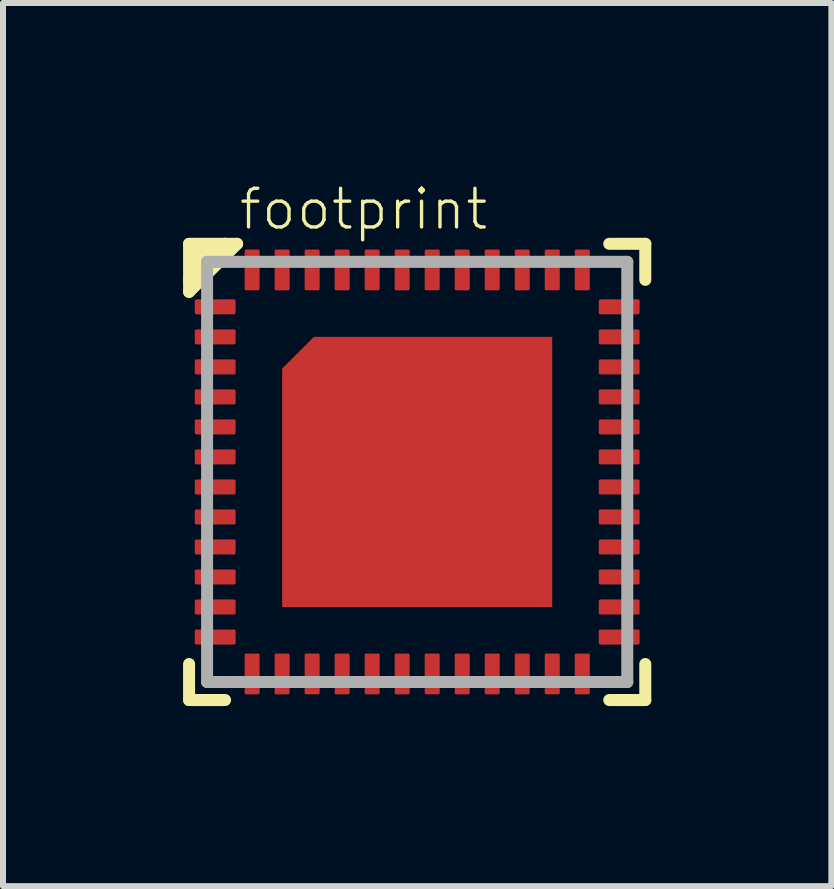
<source format=kicad_pcb>
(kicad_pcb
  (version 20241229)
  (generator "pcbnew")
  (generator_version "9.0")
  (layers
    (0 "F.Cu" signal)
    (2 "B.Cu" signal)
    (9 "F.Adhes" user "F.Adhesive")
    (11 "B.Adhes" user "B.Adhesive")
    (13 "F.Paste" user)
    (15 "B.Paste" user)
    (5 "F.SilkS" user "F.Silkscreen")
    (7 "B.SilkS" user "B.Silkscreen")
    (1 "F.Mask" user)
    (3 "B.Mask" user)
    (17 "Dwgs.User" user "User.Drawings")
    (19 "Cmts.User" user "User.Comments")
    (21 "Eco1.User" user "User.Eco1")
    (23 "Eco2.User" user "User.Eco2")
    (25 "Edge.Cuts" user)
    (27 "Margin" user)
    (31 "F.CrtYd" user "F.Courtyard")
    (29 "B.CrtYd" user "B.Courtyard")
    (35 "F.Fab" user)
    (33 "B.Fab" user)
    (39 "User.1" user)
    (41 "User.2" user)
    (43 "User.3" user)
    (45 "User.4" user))
  (footprint "footprint"
    (layer "F.Cu")
    (at 3.9 4.812)
    (property "Reference" "footprint" (at -3 -4 0) (layer "F.SilkS") (effects (font (size 0.644 0.644) (thickness 0.056)) (justify left bottom)))
    (fp_poly (pts (xy 2.25 2.25) (xy -2.25 2.25) (xy -2.25 -1.721) (xy -1.721 -2.25) (xy 2.25 -2.25)) (stroke (width 0) (type solid)) (fill yes) (layer "F.Cu"))
    (fp_poly (pts (xy 2.3 2.3) (xy -2.3 2.3) (xy -2.3 -1.741) (xy -1.741 -2.3) (xy 2.3 -2.3)) (stroke (width 0) (type solid)) (fill yes) (layer "F.Mask"))
    (fp_poly (pts (xy -2.975 -2.871) (xy -2.975 -2.624) (xy -3.024 -2.575) (xy -3.706 -2.575) (xy -3.755 -2.624) (xy -3.755 -2.871) (xy -3.701 -2.925) (xy -3.029 -2.925)) (stroke (width 0) (type solid)) (fill yes) (layer "F.Mask"))
    (fp_poly (pts (xy -2.975 -2.371) (xy -2.975 -2.124) (xy -3.024 -2.075) (xy -3.706 -2.075) (xy -3.755 -2.124) (xy -3.755 -2.371) (xy -3.701 -2.425) (xy -3.029 -2.425)) (stroke (width 0) (type solid)) (fill yes) (layer "F.Mask"))
    (fp_poly (pts (xy -2.975 -1.871) (xy -2.975 -1.624) (xy -3.024 -1.575) (xy -3.706 -1.575) (xy -3.755 -1.624) (xy -3.755 -1.871) (xy -3.701 -1.925) (xy -3.029 -1.925)) (stroke (width 0) (type solid)) (fill yes) (layer "F.Mask"))
    (fp_poly (pts (xy -2.975 -1.371) (xy -2.975 -1.124) (xy -3.024 -1.075) (xy -3.706 -1.075) (xy -3.755 -1.124) (xy -3.755 -1.371) (xy -3.701 -1.425) (xy -3.029 -1.425)) (stroke (width 0) (type solid)) (fill yes) (layer "F.Mask"))
    (fp_poly (pts (xy -2.975 -0.871) (xy -2.975 -0.624) (xy -3.024 -0.575) (xy -3.706 -0.575) (xy -3.755 -0.624) (xy -3.755 -0.871) (xy -3.701 -0.925) (xy -3.029 -0.925)) (stroke (width 0) (type solid)) (fill yes) (layer "F.Mask"))
    (fp_poly (pts (xy -2.975 -0.371) (xy -2.975 -0.124) (xy -3.024 -0.075) (xy -3.706 -0.075) (xy -3.755 -0.124) (xy -3.755 -0.371) (xy -3.701 -0.425) (xy -3.029 -0.425)) (stroke (width 0) (type solid)) (fill yes) (layer "F.Mask"))
    (fp_poly (pts (xy -2.975 0.129) (xy -2.975 0.376) (xy -3.024 0.425) (xy -3.706 0.425) (xy -3.755 0.376) (xy -3.755 0.129) (xy -3.701 0.075) (xy -3.029 0.075)) (stroke (width 0) (type solid)) (fill yes) (layer "F.Mask"))
    (fp_poly (pts (xy -2.975 0.629) (xy -2.975 0.876) (xy -3.024 0.925) (xy -3.706 0.925) (xy -3.755 0.876) (xy -3.755 0.629) (xy -3.701 0.575) (xy -3.029 0.575)) (stroke (width 0) (type solid)) (fill yes) (layer "F.Mask"))
    (fp_poly (pts (xy -2.975 1.129) (xy -2.975 1.376) (xy -3.024 1.425) (xy -3.706 1.425) (xy -3.755 1.376) (xy -3.755 1.129) (xy -3.701 1.075) (xy -3.029 1.075)) (stroke (width 0) (type solid)) (fill yes) (layer "F.Mask"))
    (fp_poly (pts (xy -2.975 1.629) (xy -2.975 1.876) (xy -3.024 1.925) (xy -3.706 1.925) (xy -3.755 1.876) (xy -3.755 1.629) (xy -3.701 1.575) (xy -3.029 1.575)) (stroke (width 0) (type solid)) (fill yes) (layer "F.Mask"))
    (fp_poly (pts (xy -2.975 2.129) (xy -2.975 2.376) (xy -3.024 2.425) (xy -3.706 2.425) (xy -3.755 2.376) (xy -3.755 2.129) (xy -3.701 2.075) (xy -3.029 2.075)) (stroke (width 0) (type solid)) (fill yes) (layer "F.Mask"))
    (fp_poly (pts (xy -2.975 2.629) (xy -2.975 2.876) (xy -3.024 2.925) (xy -3.706 2.925) (xy -3.755 2.876) (xy -3.755 2.629) (xy -3.701 2.575) (xy -3.029 2.575)) (stroke (width 0) (type solid)) (fill yes) (layer "F.Mask"))
    (fp_poly (pts (xy -2.575 -3.701) (xy -2.575 -3.029) (xy -2.629 -2.975) (xy -2.876 -2.975) (xy -2.925 -3.024) (xy -2.925 -3.706) (xy -2.876 -3.755) (xy -2.629 -3.755)) (stroke (width 0) (type solid)) (fill yes) (layer "F.Mask"))
    (fp_poly (pts (xy -2.575 3.029) (xy -2.575 3.701) (xy -2.629 3.755) (xy -2.876 3.755) (xy -2.925 3.706) (xy -2.925 3.024) (xy -2.876 2.975) (xy -2.629 2.975)) (stroke (width 0) (type solid)) (fill yes) (layer "F.Mask"))
    (fp_poly (pts (xy -2.075 -3.701) (xy -2.075 -3.029) (xy -2.129 -2.975) (xy -2.376 -2.975) (xy -2.425 -3.024) (xy -2.425 -3.706) (xy -2.376 -3.755) (xy -2.129 -3.755)) (stroke (width 0) (type solid)) (fill yes) (layer "F.Mask"))
    (fp_poly (pts (xy -2.075 3.029) (xy -2.075 3.701) (xy -2.129 3.755) (xy -2.376 3.755) (xy -2.425 3.706) (xy -2.425 3.024) (xy -2.376 2.975) (xy -2.129 2.975)) (stroke (width 0) (type solid)) (fill yes) (layer "F.Mask"))
    (fp_poly (pts (xy -1.575 -3.701) (xy -1.575 -3.029) (xy -1.629 -2.975) (xy -1.876 -2.975) (xy -1.925 -3.024) (xy -1.925 -3.706) (xy -1.876 -3.755) (xy -1.629 -3.755)) (stroke (width 0) (type solid)) (fill yes) (layer "F.Mask"))
    (fp_poly (pts (xy -1.575 3.029) (xy -1.575 3.701) (xy -1.629 3.755) (xy -1.876 3.755) (xy -1.925 3.706) (xy -1.925 3.024) (xy -1.876 2.975) (xy -1.629 2.975)) (stroke (width 0) (type solid)) (fill yes) (layer "F.Mask"))
    (fp_poly (pts (xy -1.075 -3.701) (xy -1.075 -3.029) (xy -1.129 -2.975) (xy -1.376 -2.975) (xy -1.425 -3.024) (xy -1.425 -3.706) (xy -1.376 -3.755) (xy -1.129 -3.755)) (stroke (width 0) (type solid)) (fill yes) (layer "F.Mask"))
    (fp_poly (pts (xy -1.075 3.029) (xy -1.075 3.701) (xy -1.129 3.755) (xy -1.376 3.755) (xy -1.425 3.706) (xy -1.425 3.024) (xy -1.376 2.975) (xy -1.129 2.975)) (stroke (width 0) (type solid)) (fill yes) (layer "F.Mask"))
    (fp_poly (pts (xy -0.575 -3.701) (xy -0.575 -3.029) (xy -0.629 -2.975) (xy -0.876 -2.975) (xy -0.925 -3.024) (xy -0.925 -3.706) (xy -0.876 -3.755) (xy -0.629 -3.755)) (stroke (width 0) (type solid)) (fill yes) (layer "F.Mask"))
    (fp_poly (pts (xy -0.575 3.029) (xy -0.575 3.701) (xy -0.629 3.755) (xy -0.876 3.755) (xy -0.925 3.706) (xy -0.925 3.024) (xy -0.876 2.975) (xy -0.629 2.975)) (stroke (width 0) (type solid)) (fill yes) (layer "F.Mask"))
    (fp_poly (pts (xy -0.075 -3.701) (xy -0.075 -3.029) (xy -0.129 -2.975) (xy -0.376 -2.975) (xy -0.425 -3.024) (xy -0.425 -3.706) (xy -0.376 -3.755) (xy -0.129 -3.755)) (stroke (width 0) (type solid)) (fill yes) (layer "F.Mask"))
    (fp_poly (pts (xy -0.075 3.029) (xy -0.075 3.701) (xy -0.129 3.755) (xy -0.376 3.755) (xy -0.425 3.706) (xy -0.425 3.024) (xy -0.376 2.975) (xy -0.129 2.975)) (stroke (width 0) (type solid)) (fill yes) (layer "F.Mask"))
    (fp_poly (pts (xy 0.425 -3.701) (xy 0.425 -3.029) (xy 0.371 -2.975) (xy 0.124 -2.975) (xy 0.075 -3.024) (xy 0.075 -3.706) (xy 0.124 -3.755) (xy 0.371 -3.755)) (stroke (width 0) (type solid)) (fill yes) (layer "F.Mask"))
    (fp_poly (pts (xy 0.425 3.029) (xy 0.425 3.701) (xy 0.371 3.755) (xy 0.124 3.755) (xy 0.075 3.706) (xy 0.075 3.024) (xy 0.124 2.975) (xy 0.371 2.975)) (stroke (width 0) (type solid)) (fill yes) (layer "F.Mask"))
    (fp_poly (pts (xy 0.925 -3.701) (xy 0.925 -3.029) (xy 0.871 -2.975) (xy 0.624 -2.975) (xy 0.575 -3.024) (xy 0.575 -3.706) (xy 0.624 -3.755) (xy 0.871 -3.755)) (stroke (width 0) (type solid)) (fill yes) (layer "F.Mask"))
    (fp_poly (pts (xy 0.925 3.029) (xy 0.925 3.701) (xy 0.871 3.755) (xy 0.624 3.755) (xy 0.575 3.706) (xy 0.575 3.024) (xy 0.624 2.975) (xy 0.871 2.975)) (stroke (width 0) (type solid)) (fill yes) (layer "F.Mask"))
    (fp_poly (pts (xy 1.425 -3.701) (xy 1.425 -3.029) (xy 1.371 -2.975) (xy 1.124 -2.975) (xy 1.075 -3.024) (xy 1.075 -3.706) (xy 1.124 -3.755) (xy 1.371 -3.755)) (stroke (width 0) (type solid)) (fill yes) (layer "F.Mask"))
    (fp_poly (pts (xy 1.425 3.029) (xy 1.425 3.701) (xy 1.371 3.755) (xy 1.124 3.755) (xy 1.075 3.706) (xy 1.075 3.024) (xy 1.124 2.975) (xy 1.371 2.975)) (stroke (width 0) (type solid)) (fill yes) (layer "F.Mask"))
    (fp_poly (pts (xy 1.925 -3.701) (xy 1.925 -3.029) (xy 1.871 -2.975) (xy 1.624 -2.975) (xy 1.575 -3.024) (xy 1.575 -3.706) (xy 1.624 -3.755) (xy 1.871 -3.755)) (stroke (width 0) (type solid)) (fill yes) (layer "F.Mask"))
    (fp_poly (pts (xy 1.925 3.029) (xy 1.925 3.701) (xy 1.871 3.755) (xy 1.624 3.755) (xy 1.575 3.706) (xy 1.575 3.024) (xy 1.624 2.975) (xy 1.871 2.975)) (stroke (width 0) (type solid)) (fill yes) (layer "F.Mask"))
    (fp_poly (pts (xy 2.425 -3.701) (xy 2.425 -3.029) (xy 2.371 -2.975) (xy 2.124 -2.975) (xy 2.075 -3.024) (xy 2.075 -3.706) (xy 2.124 -3.755) (xy 2.371 -3.755)) (stroke (width 0) (type solid)) (fill yes) (layer "F.Mask"))
    (fp_poly (pts (xy 2.425 3.029) (xy 2.425 3.701) (xy 2.371 3.755) (xy 2.124 3.755) (xy 2.075 3.706) (xy 2.075 3.024) (xy 2.124 2.975) (xy 2.371 2.975)) (stroke (width 0) (type solid)) (fill yes) (layer "F.Mask"))
    (fp_poly (pts (xy 2.925 -3.701) (xy 2.925 -3.029) (xy 2.871 -2.975) (xy 2.624 -2.975) (xy 2.575 -3.024) (xy 2.575 -3.706) (xy 2.624 -3.755) (xy 2.871 -3.755)) (stroke (width 0) (type solid)) (fill yes) (layer "F.Mask"))
    (fp_poly (pts (xy 2.925 3.029) (xy 2.925 3.701) (xy 2.871 3.755) (xy 2.624 3.755) (xy 2.575 3.706) (xy 2.575 3.024) (xy 2.624 2.975) (xy 2.871 2.975)) (stroke (width 0) (type solid)) (fill yes) (layer "F.Mask"))
    (fp_poly (pts (xy 3.755 -2.871) (xy 3.755 -2.624) (xy 3.706 -2.575) (xy 3.024 -2.575) (xy 2.975 -2.624) (xy 2.975 -2.871) (xy 3.029 -2.925) (xy 3.701 -2.925)) (stroke (width 0) (type solid)) (fill yes) (layer "F.Mask"))
    (fp_poly (pts (xy 3.755 -2.371) (xy 3.755 -2.124) (xy 3.706 -2.075) (xy 3.024 -2.075) (xy 2.975 -2.124) (xy 2.975 -2.371) (xy 3.029 -2.425) (xy 3.701 -2.425)) (stroke (width 0) (type solid)) (fill yes) (layer "F.Mask"))
    (fp_poly (pts (xy 3.755 -1.871) (xy 3.755 -1.624) (xy 3.706 -1.575) (xy 3.024 -1.575) (xy 2.975 -1.624) (xy 2.975 -1.871) (xy 3.029 -1.925) (xy 3.701 -1.925)) (stroke (width 0) (type solid)) (fill yes) (layer "F.Mask"))
    (fp_poly (pts (xy 3.755 -1.371) (xy 3.755 -1.124) (xy 3.706 -1.075) (xy 3.024 -1.075) (xy 2.975 -1.124) (xy 2.975 -1.371) (xy 3.029 -1.425) (xy 3.701 -1.425)) (stroke (width 0) (type solid)) (fill yes) (layer "F.Mask"))
    (fp_poly (pts (xy 3.755 -0.871) (xy 3.755 -0.624) (xy 3.706 -0.575) (xy 3.024 -0.575) (xy 2.975 -0.624) (xy 2.975 -0.871) (xy 3.029 -0.925) (xy 3.701 -0.925)) (stroke (width 0) (type solid)) (fill yes) (layer "F.Mask"))
    (fp_poly (pts (xy 3.755 -0.371) (xy 3.755 -0.124) (xy 3.706 -0.075) (xy 3.024 -0.075) (xy 2.975 -0.124) (xy 2.975 -0.371) (xy 3.029 -0.425) (xy 3.701 -0.425)) (stroke (width 0) (type solid)) (fill yes) (layer "F.Mask"))
    (fp_poly (pts (xy 3.755 0.129) (xy 3.755 0.376) (xy 3.706 0.425) (xy 3.024 0.425) (xy 2.975 0.376) (xy 2.975 0.129) (xy 3.029 0.075) (xy 3.701 0.075)) (stroke (width 0) (type solid)) (fill yes) (layer "F.Mask"))
    (fp_poly (pts (xy 3.755 0.629) (xy 3.755 0.876) (xy 3.706 0.925) (xy 3.024 0.925) (xy 2.975 0.876) (xy 2.975 0.629) (xy 3.029 0.575) (xy 3.701 0.575)) (stroke (width 0) (type solid)) (fill yes) (layer "F.Mask"))
    (fp_poly (pts (xy 3.755 1.129) (xy 3.755 1.376) (xy 3.706 1.425) (xy 3.024 1.425) (xy 2.975 1.376) (xy 2.975 1.129) (xy 3.029 1.075) (xy 3.701 1.075)) (stroke (width 0) (type solid)) (fill yes) (layer "F.Mask"))
    (fp_poly (pts (xy 3.755 1.629) (xy 3.755 1.876) (xy 3.706 1.925) (xy 3.024 1.925) (xy 2.975 1.876) (xy 2.975 1.629) (xy 3.029 1.575) (xy 3.701 1.575)) (stroke (width 0) (type solid)) (fill yes) (layer "F.Mask"))
    (fp_poly (pts (xy 3.755 2.129) (xy 3.755 2.376) (xy 3.706 2.425) (xy 3.024 2.425) (xy 2.975 2.376) (xy 2.975 2.129) (xy 3.029 2.075) (xy 3.701 2.075)) (stroke (width 0) (type solid)) (fill yes) (layer "F.Mask"))
    (fp_poly (pts (xy 3.755 2.629) (xy 3.755 2.876) (xy 3.706 2.925) (xy 3.024 2.925) (xy 2.975 2.876) (xy 2.975 2.629) (xy 3.029 2.575) (xy 3.701 2.575)) (stroke (width 0) (type solid)) (fill yes) (layer "F.Mask"))
    (fp_line (start -3.8 -3.8) (end -3.8 -3.2) (stroke (width 0.2) (type solid)) (layer "F.SilkS"))
    (fp_line (start -3.8 -3.8) (end -3.2 -3.8) (stroke (width 0.2) (type solid)) (layer "F.SilkS"))
    (fp_line (start -3.8 -3.2) (end -3.8 -3) (stroke (width 0.2) (type solid)) (layer "F.SilkS"))
    (fp_line (start -3.8 -3.2) (end -3.2 -3.8) (stroke (width 0.2) (type solid)) (layer "F.SilkS"))
    (fp_line (start -3.8 -3) (end -3 -3.8) (stroke (width 0.2) (type solid)) (layer "F.SilkS"))
    (fp_line (start -3.8 3.8) (end -3.8 3.2) (stroke (width 0.2) (type solid)) (layer "F.SilkS"))
    (fp_line (start -3.8 3.8) (end -3.2 3.8) (stroke (width 0.2) (type solid)) (layer "F.SilkS"))
    (fp_line (start -3.7 -3.7) (end -3.7 -3.5) (stroke (width 0.2) (type solid)) (layer "F.SilkS"))
    (fp_line (start -3.7 -3.4) (end -3.4 -3.7) (stroke (width 0.2) (type solid)) (layer "F.SilkS"))
    (fp_line (start -3.4 -3.7) (end -3.7 -3.7) (stroke (width 0.2) (type solid)) (layer "F.SilkS"))
    (fp_line (start -3 -3.8) (end -3.2 -3.8) (stroke (width 0.2) (type solid)) (layer "F.SilkS"))
    (fp_line (start 3.8 -3.8) (end 3.2 -3.8) (stroke (width 0.2) (type solid)) (layer "F.SilkS"))
    (fp_line (start 3.8 -3.8) (end 3.8 -3.2) (stroke (width 0.2) (type solid)) (layer "F.SilkS"))
    (fp_line (start 3.8 3.8) (end 3.2 3.8) (stroke (width 0.2) (type solid)) (layer "F.SilkS"))
    (fp_line (start 3.8 3.8) (end 3.8 3.2) (stroke (width 0.2) (type solid)) (layer "F.SilkS"))
    (fp_poly (pts (xy -1.95 -1.2) (xy -1.2 -1.2) (xy -1.2 -1.95) (xy -1.95 -1.95)) (stroke (width 0) (type solid)) (fill yes) (layer "F.Paste"))
    (fp_poly (pts (xy -1.95 -0.15) (xy -1.2 -0.15) (xy -1.2 -0.9) (xy -1.95 -0.9)) (stroke (width 0) (type solid)) (fill yes) (layer "F.Paste"))
    (fp_poly (pts (xy -1.95 0.9) (xy -1.2 0.9) (xy -1.2 0.15) (xy -1.95 0.15)) (stroke (width 0) (type solid)) (fill yes) (layer "F.Paste"))
    (fp_poly (pts (xy -1.95 1.95) (xy -1.2 1.95) (xy -1.2 1.2) (xy -1.95 1.2)) (stroke (width 0) (type solid)) (fill yes) (layer "F.Paste"))
    (fp_poly (pts (xy -0.9 -1.2) (xy -0.15 -1.2) (xy -0.15 -1.95) (xy -0.9 -1.95)) (stroke (width 0) (type solid)) (fill yes) (layer "F.Paste"))
    (fp_poly (pts (xy -0.9 -0.15) (xy -0.15 -0.15) (xy -0.15 -0.9) (xy -0.9 -0.9)) (stroke (width 0) (type solid)) (fill yes) (layer "F.Paste"))
    (fp_poly (pts (xy -0.9 0.9) (xy -0.15 0.9) (xy -0.15 0.15) (xy -0.9 0.15)) (stroke (width 0) (type solid)) (fill yes) (layer "F.Paste"))
    (fp_poly (pts (xy -0.9 1.95) (xy -0.15 1.95) (xy -0.15 1.2) (xy -0.9 1.2)) (stroke (width 0) (type solid)) (fill yes) (layer "F.Paste"))
    (fp_poly (pts (xy 0.15 -1.2) (xy 0.9 -1.2) (xy 0.9 -1.95) (xy 0.15 -1.95)) (stroke (width 0) (type solid)) (fill yes) (layer "F.Paste"))
    (fp_poly (pts (xy 0.15 -0.15) (xy 0.9 -0.15) (xy 0.9 -0.9) (xy 0.15 -0.9)) (stroke (width 0) (type solid)) (fill yes) (layer "F.Paste"))
    (fp_poly (pts (xy 0.15 0.9) (xy 0.9 0.9) (xy 0.9 0.15) (xy 0.15 0.15)) (stroke (width 0) (type solid)) (fill yes) (layer "F.Paste"))
    (fp_poly (pts (xy 0.15 1.95) (xy 0.9 1.95) (xy 0.9 1.2) (xy 0.15 1.2)) (stroke (width 0) (type solid)) (fill yes) (layer "F.Paste"))
    (fp_poly (pts (xy 1.2 -1.2) (xy 1.95 -1.2) (xy 1.95 -1.95) (xy 1.2 -1.95)) (stroke (width 0) (type solid)) (fill yes) (layer "F.Paste"))
    (fp_poly (pts (xy 1.2 -0.15) (xy 1.95 -0.15) (xy 1.95 -0.9) (xy 1.2 -0.9)) (stroke (width 0) (type solid)) (fill yes) (layer "F.Paste"))
    (fp_poly (pts (xy 1.2 0.9) (xy 1.95 0.9) (xy 1.95 0.15) (xy 1.2 0.15)) (stroke (width 0) (type solid)) (fill yes) (layer "F.Paste"))
    (fp_poly (pts (xy 1.2 1.95) (xy 1.95 1.95) (xy 1.95 1.2) (xy 1.2 1.2)) (stroke (width 0) (type solid)) (fill yes) (layer "F.Paste"))
    (fp_poly (pts (xy -3.025 -2.852) (xy -3.025 -2.648) (xy -3.048 -2.625) (xy -3.832 -2.625) (xy -3.855 -2.648) (xy -3.855 -2.852) (xy -3.832 -2.875) (xy -3.048 -2.875)) (stroke (width 0) (type solid)) (fill yes) (layer "F.Paste"))
    (fp_poly (pts (xy -3.025 -2.352) (xy -3.025 -2.148) (xy -3.048 -2.125) (xy -3.832 -2.125) (xy -3.855 -2.148) (xy -3.855 -2.352) (xy -3.832 -2.375) (xy -3.048 -2.375)) (stroke (width 0) (type solid)) (fill yes) (layer "F.Paste"))
    (fp_poly (pts (xy -3.025 -1.852) (xy -3.025 -1.648) (xy -3.048 -1.625) (xy -3.832 -1.625) (xy -3.855 -1.648) (xy -3.855 -1.852) (xy -3.832 -1.875) (xy -3.048 -1.875)) (stroke (width 0) (type solid)) (fill yes) (layer "F.Paste"))
    (fp_poly (pts (xy -3.025 -1.352) (xy -3.025 -1.148) (xy -3.048 -1.125) (xy -3.832 -1.125) (xy -3.855 -1.148) (xy -3.855 -1.352) (xy -3.832 -1.375) (xy -3.048 -1.375)) (stroke (width 0) (type solid)) (fill yes) (layer "F.Paste"))
    (fp_poly (pts (xy -3.025 -0.852) (xy -3.025 -0.648) (xy -3.048 -0.625) (xy -3.832 -0.625) (xy -3.855 -0.648) (xy -3.855 -0.852) (xy -3.832 -0.875) (xy -3.048 -0.875)) (stroke (width 0) (type solid)) (fill yes) (layer "F.Paste"))
    (fp_poly (pts (xy -3.025 -0.352) (xy -3.025 -0.148) (xy -3.048 -0.125) (xy -3.832 -0.125) (xy -3.855 -0.148) (xy -3.855 -0.352) (xy -3.832 -0.375) (xy -3.048 -0.375)) (stroke (width 0) (type solid)) (fill yes) (layer "F.Paste"))
    (fp_poly (pts (xy -3.025 0.148) (xy -3.025 0.352) (xy -3.048 0.375) (xy -3.832 0.375) (xy -3.855 0.352) (xy -3.855 0.148) (xy -3.832 0.125) (xy -3.048 0.125)) (stroke (width 0) (type solid)) (fill yes) (layer "F.Paste"))
    (fp_poly (pts (xy -3.025 0.648) (xy -3.025 0.852) (xy -3.048 0.875) (xy -3.832 0.875) (xy -3.855 0.852) (xy -3.855 0.648) (xy -3.832 0.625) (xy -3.048 0.625)) (stroke (width 0) (type solid)) (fill yes) (layer "F.Paste"))
    (fp_poly (pts (xy -3.025 1.148) (xy -3.025 1.352) (xy -3.048 1.375) (xy -3.832 1.375) (xy -3.855 1.352) (xy -3.855 1.148) (xy -3.832 1.125) (xy -3.048 1.125)) (stroke (width 0) (type solid)) (fill yes) (layer "F.Paste"))
    (fp_poly (pts (xy -3.025 1.648) (xy -3.025 1.852) (xy -3.048 1.875) (xy -3.832 1.875) (xy -3.855 1.852) (xy -3.855 1.648) (xy -3.832 1.625) (xy -3.048 1.625)) (stroke (width 0) (type solid)) (fill yes) (layer "F.Paste"))
    (fp_poly (pts (xy -3.025 2.148) (xy -3.025 2.352) (xy -3.048 2.375) (xy -3.832 2.375) (xy -3.855 2.352) (xy -3.855 2.148) (xy -3.832 2.125) (xy -3.048 2.125)) (stroke (width 0) (type solid)) (fill yes) (layer "F.Paste"))
    (fp_poly (pts (xy -3.025 2.648) (xy -3.025 2.852) (xy -3.048 2.875) (xy -3.832 2.875) (xy -3.855 2.852) (xy -3.855 2.648) (xy -3.832 2.625) (xy -3.048 2.625)) (stroke (width 0) (type solid)) (fill yes) (layer "F.Paste"))
    (fp_poly (pts (xy -2.625 -3.832) (xy -2.625 -3.048) (xy -2.648 -3.025) (xy -2.852 -3.025) (xy -2.875 -3.048) (xy -2.875 -3.832) (xy -2.852 -3.855) (xy -2.648 -3.855)) (stroke (width 0) (type solid)) (fill yes) (layer "F.Paste"))
    (fp_poly (pts (xy -2.625 3.048) (xy -2.625 3.832) (xy -2.648 3.855) (xy -2.852 3.855) (xy -2.875 3.832) (xy -2.875 3.048) (xy -2.852 3.025) (xy -2.648 3.025)) (stroke (width 0) (type solid)) (fill yes) (layer "F.Paste"))
    (fp_poly (pts (xy -2.125 -3.832) (xy -2.125 -3.048) (xy -2.148 -3.025) (xy -2.352 -3.025) (xy -2.375 -3.048) (xy -2.375 -3.832) (xy -2.352 -3.855) (xy -2.148 -3.855)) (stroke (width 0) (type solid)) (fill yes) (layer "F.Paste"))
    (fp_poly (pts (xy -2.125 3.048) (xy -2.125 3.832) (xy -2.148 3.855) (xy -2.352 3.855) (xy -2.375 3.832) (xy -2.375 3.048) (xy -2.352 3.025) (xy -2.148 3.025)) (stroke (width 0) (type solid)) (fill yes) (layer "F.Paste"))
    (fp_poly (pts (xy -1.625 -3.832) (xy -1.625 -3.048) (xy -1.648 -3.025) (xy -1.852 -3.025) (xy -1.875 -3.048) (xy -1.875 -3.832) (xy -1.852 -3.855) (xy -1.648 -3.855)) (stroke (width 0) (type solid)) (fill yes) (layer "F.Paste"))
    (fp_poly (pts (xy -1.625 3.048) (xy -1.625 3.832) (xy -1.648 3.855) (xy -1.852 3.855) (xy -1.875 3.832) (xy -1.875 3.048) (xy -1.852 3.025) (xy -1.648 3.025)) (stroke (width 0) (type solid)) (fill yes) (layer "F.Paste"))
    (fp_poly (pts (xy -1.125 -3.832) (xy -1.125 -3.048) (xy -1.148 -3.025) (xy -1.352 -3.025) (xy -1.375 -3.048) (xy -1.375 -3.832) (xy -1.352 -3.855) (xy -1.148 -3.855)) (stroke (width 0) (type solid)) (fill yes) (layer "F.Paste"))
    (fp_poly (pts (xy -1.125 3.048) (xy -1.125 3.832) (xy -1.148 3.855) (xy -1.352 3.855) (xy -1.375 3.832) (xy -1.375 3.048) (xy -1.352 3.025) (xy -1.148 3.025)) (stroke (width 0) (type solid)) (fill yes) (layer "F.Paste"))
    (fp_poly (pts (xy -0.625 -3.832) (xy -0.625 -3.048) (xy -0.648 -3.025) (xy -0.852 -3.025) (xy -0.875 -3.048) (xy -0.875 -3.832) (xy -0.852 -3.855) (xy -0.648 -3.855)) (stroke (width 0) (type solid)) (fill yes) (layer "F.Paste"))
    (fp_poly (pts (xy -0.625 3.048) (xy -0.625 3.832) (xy -0.648 3.855) (xy -0.852 3.855) (xy -0.875 3.832) (xy -0.875 3.048) (xy -0.852 3.025) (xy -0.648 3.025)) (stroke (width 0) (type solid)) (fill yes) (layer "F.Paste"))
    (fp_poly (pts (xy -0.125 -3.832) (xy -0.125 -3.048) (xy -0.148 -3.025) (xy -0.352 -3.025) (xy -0.375 -3.048) (xy -0.375 -3.832) (xy -0.352 -3.855) (xy -0.148 -3.855)) (stroke (width 0) (type solid)) (fill yes) (layer "F.Paste"))
    (fp_poly (pts (xy -0.125 3.048) (xy -0.125 3.832) (xy -0.148 3.855) (xy -0.352 3.855) (xy -0.375 3.832) (xy -0.375 3.048) (xy -0.352 3.025) (xy -0.148 3.025)) (stroke (width 0) (type solid)) (fill yes) (layer "F.Paste"))
    (fp_poly (pts (xy 0.375 -3.832) (xy 0.375 -3.048) (xy 0.352 -3.025) (xy 0.148 -3.025) (xy 0.125 -3.048) (xy 0.125 -3.832) (xy 0.148 -3.855) (xy 0.352 -3.855)) (stroke (width 0) (type solid)) (fill yes) (layer "F.Paste"))
    (fp_poly (pts (xy 0.375 3.048) (xy 0.375 3.832) (xy 0.352 3.855) (xy 0.148 3.855) (xy 0.125 3.832) (xy 0.125 3.048) (xy 0.148 3.025) (xy 0.352 3.025)) (stroke (width 0) (type solid)) (fill yes) (layer "F.Paste"))
    (fp_poly (pts (xy 0.875 -3.832) (xy 0.875 -3.048) (xy 0.852 -3.025) (xy 0.648 -3.025) (xy 0.625 -3.048) (xy 0.625 -3.832) (xy 0.648 -3.855) (xy 0.852 -3.855)) (stroke (width 0) (type solid)) (fill yes) (layer "F.Paste"))
    (fp_poly (pts (xy 0.875 3.048) (xy 0.875 3.832) (xy 0.852 3.855) (xy 0.648 3.855) (xy 0.625 3.832) (xy 0.625 3.048) (xy 0.648 3.025) (xy 0.852 3.025)) (stroke (width 0) (type solid)) (fill yes) (layer "F.Paste"))
    (fp_poly (pts (xy 1.375 -3.832) (xy 1.375 -3.048) (xy 1.352 -3.025) (xy 1.148 -3.025) (xy 1.125 -3.048) (xy 1.125 -3.832) (xy 1.148 -3.855) (xy 1.352 -3.855)) (stroke (width 0) (type solid)) (fill yes) (layer "F.Paste"))
    (fp_poly (pts (xy 1.375 3.048) (xy 1.375 3.832) (xy 1.352 3.855) (xy 1.148 3.855) (xy 1.125 3.832) (xy 1.125 3.048) (xy 1.148 3.025) (xy 1.352 3.025)) (stroke (width 0) (type solid)) (fill yes) (layer "F.Paste"))
    (fp_poly (pts (xy 1.875 -3.832) (xy 1.875 -3.048) (xy 1.852 -3.025) (xy 1.648 -3.025) (xy 1.625 -3.048) (xy 1.625 -3.832) (xy 1.648 -3.855) (xy 1.852 -3.855)) (stroke (width 0) (type solid)) (fill yes) (layer "F.Paste"))
    (fp_poly (pts (xy 1.875 3.048) (xy 1.875 3.832) (xy 1.852 3.855) (xy 1.648 3.855) (xy 1.625 3.832) (xy 1.625 3.048) (xy 1.648 3.025) (xy 1.852 3.025)) (stroke (width 0) (type solid)) (fill yes) (layer "F.Paste"))
    (fp_poly (pts (xy 2.375 -3.832) (xy 2.375 -3.048) (xy 2.352 -3.025) (xy 2.148 -3.025) (xy 2.125 -3.048) (xy 2.125 -3.832) (xy 2.148 -3.855) (xy 2.352 -3.855)) (stroke (width 0) (type solid)) (fill yes) (layer "F.Paste"))
    (fp_poly (pts (xy 2.375 3.048) (xy 2.375 3.832) (xy 2.352 3.855) (xy 2.148 3.855) (xy 2.125 3.832) (xy 2.125 3.048) (xy 2.148 3.025) (xy 2.352 3.025)) (stroke (width 0) (type solid)) (fill yes) (layer "F.Paste"))
    (fp_poly (pts (xy 2.875 -3.832) (xy 2.875 -3.048) (xy 2.852 -3.025) (xy 2.648 -3.025) (xy 2.625 -3.048) (xy 2.625 -3.832) (xy 2.648 -3.855) (xy 2.852 -3.855)) (stroke (width 0) (type solid)) (fill yes) (layer "F.Paste"))
    (fp_poly (pts (xy 2.875 3.048) (xy 2.875 3.832) (xy 2.852 3.855) (xy 2.648 3.855) (xy 2.625 3.832) (xy 2.625 3.048) (xy 2.648 3.025) (xy 2.852 3.025)) (stroke (width 0) (type solid)) (fill yes) (layer "F.Paste"))
    (fp_poly (pts (xy 3.855 -2.852) (xy 3.855 -2.648) (xy 3.832 -2.625) (xy 3.048 -2.625) (xy 3.025 -2.648) (xy 3.025 -2.852) (xy 3.048 -2.875) (xy 3.832 -2.875)) (stroke (width 0) (type solid)) (fill yes) (layer "F.Paste"))
    (fp_poly (pts (xy 3.855 -2.352) (xy 3.855 -2.148) (xy 3.832 -2.125) (xy 3.048 -2.125) (xy 3.025 -2.148) (xy 3.025 -2.352) (xy 3.048 -2.375) (xy 3.832 -2.375)) (stroke (width 0) (type solid)) (fill yes) (layer "F.Paste"))
    (fp_poly (pts (xy 3.855 -1.852) (xy 3.855 -1.648) (xy 3.832 -1.625) (xy 3.048 -1.625) (xy 3.025 -1.648) (xy 3.025 -1.852) (xy 3.048 -1.875) (xy 3.832 -1.875)) (stroke (width 0) (type solid)) (fill yes) (layer "F.Paste"))
    (fp_poly (pts (xy 3.855 -1.352) (xy 3.855 -1.148) (xy 3.832 -1.125) (xy 3.048 -1.125) (xy 3.025 -1.148) (xy 3.025 -1.352) (xy 3.048 -1.375) (xy 3.832 -1.375)) (stroke (width 0) (type solid)) (fill yes) (layer "F.Paste"))
    (fp_poly (pts (xy 3.855 -0.852) (xy 3.855 -0.648) (xy 3.832 -0.625) (xy 3.048 -0.625) (xy 3.025 -0.648) (xy 3.025 -0.852) (xy 3.048 -0.875) (xy 3.832 -0.875)) (stroke (width 0) (type solid)) (fill yes) (layer "F.Paste"))
    (fp_poly (pts (xy 3.855 -0.352) (xy 3.855 -0.148) (xy 3.832 -0.125) (xy 3.048 -0.125) (xy 3.025 -0.148) (xy 3.025 -0.352) (xy 3.048 -0.375) (xy 3.832 -0.375)) (stroke (width 0) (type solid)) (fill yes) (layer "F.Paste"))
    (fp_poly (pts (xy 3.855 0.148) (xy 3.855 0.352) (xy 3.832 0.375) (xy 3.048 0.375) (xy 3.025 0.352) (xy 3.025 0.148) (xy 3.048 0.125) (xy 3.832 0.125)) (stroke (width 0) (type solid)) (fill yes) (layer "F.Paste"))
    (fp_poly (pts (xy 3.855 0.648) (xy 3.855 0.852) (xy 3.832 0.875) (xy 3.048 0.875) (xy 3.025 0.852) (xy 3.025 0.648) (xy 3.048 0.625) (xy 3.832 0.625)) (stroke (width 0) (type solid)) (fill yes) (layer "F.Paste"))
    (fp_poly (pts (xy 3.855 1.148) (xy 3.855 1.352) (xy 3.832 1.375) (xy 3.048 1.375) (xy 3.025 1.352) (xy 3.025 1.148) (xy 3.048 1.125) (xy 3.832 1.125)) (stroke (width 0) (type solid)) (fill yes) (layer "F.Paste"))
    (fp_poly (pts (xy 3.855 1.648) (xy 3.855 1.852) (xy 3.832 1.875) (xy 3.048 1.875) (xy 3.025 1.852) (xy 3.025 1.648) (xy 3.048 1.625) (xy 3.832 1.625)) (stroke (width 0) (type solid)) (fill yes) (layer "F.Paste"))
    (fp_poly (pts (xy 3.855 2.148) (xy 3.855 2.352) (xy 3.832 2.375) (xy 3.048 2.375) (xy 3.025 2.352) (xy 3.025 2.148) (xy 3.048 2.125) (xy 3.832 2.125)) (stroke (width 0) (type solid)) (fill yes) (layer "F.Paste"))
    (fp_poly (pts (xy 3.855 2.648) (xy 3.855 2.852) (xy 3.832 2.875) (xy 3.048 2.875) (xy 3.025 2.852) (xy 3.025 2.648) (xy 3.048 2.625) (xy 3.832 2.625)) (stroke (width 0) (type solid)) (fill yes) (layer "F.Paste"))
    (fp_line (start -3.5 -3.5) (end 3.5 -3.5) (stroke (width 0.2) (type solid)) (layer "F.Fab"))
    (fp_line (start -3.5 3.5) (end -3.5 -3.5) (stroke (width 0.2) (type solid)) (layer "F.Fab"))
    (fp_line (start 3.5 -3.5) (end 3.5 3.5) (stroke (width 0.2) (type solid)) (layer "F.Fab"))
    (fp_line (start 3.5 3.5) (end -3.5 3.5) (stroke (width 0.2) (type solid)) (layer "F.Fab"))
    (pad "1" smd roundrect (at -3.365 -2.75 270) (size 0.25 0.68) (layers "F.Cu") (roundrect_rratio 0.1))
    (pad "2" smd roundrect (at -3.365 -2.25 270) (size 0.25 0.68) (layers "F.Cu") (roundrect_rratio 0.1))
    (pad "3" smd roundrect (at -3.365 -1.75 270) (size 0.25 0.68) (layers "F.Cu") (roundrect_rratio 0.1))
    (pad "4" smd roundrect (at -3.365 -1.25 270) (size 0.25 0.68) (layers "F.Cu") (roundrect_rratio 0.1))
    (pad "5" smd roundrect (at -3.365 -0.75 270) (size 0.25 0.68) (layers "F.Cu") (roundrect_rratio 0.1))
    (pad "6" smd roundrect (at -3.365 -0.25 270) (size 0.25 0.68) (layers "F.Cu") (roundrect_rratio 0.1))
    (pad "7" smd roundrect (at -3.365 0.25 270) (size 0.25 0.68) (layers "F.Cu") (roundrect_rratio 0.1))
    (pad "8" smd roundrect (at -3.365 0.75 270) (size 0.25 0.68) (layers "F.Cu") (roundrect_rratio 0.1))
    (pad "9" smd roundrect (at -3.365 1.25 270) (size 0.25 0.68) (layers "F.Cu") (roundrect_rratio 0.1))
    (pad "10" smd roundrect (at -3.365 1.75 270) (size 0.25 0.68) (layers "F.Cu") (roundrect_rratio 0.1))
    (pad "11" smd roundrect (at -3.365 2.25 270) (size 0.25 0.68) (layers "F.Cu") (roundrect_rratio 0.1))
    (pad "12" smd roundrect (at -3.365 2.75 270) (size 0.25 0.68) (layers "F.Cu") (roundrect_rratio 0.1))
    (pad "13" smd roundrect (at -2.75 3.365) (size 0.25 0.68) (layers "F.Cu") (roundrect_rratio 0.1))
    (pad "14" smd roundrect (at -2.25 3.365) (size 0.25 0.68) (layers "F.Cu") (roundrect_rratio 0.1))
    (pad "15" smd roundrect (at -1.75 3.365) (size 0.25 0.68) (layers "F.Cu") (roundrect_rratio 0.1))
    (pad "16" smd roundrect (at -1.25 3.365) (size 0.25 0.68) (layers "F.Cu") (roundrect_rratio 0.1))
    (pad "17" smd roundrect (at -0.75 3.365) (size 0.25 0.68) (layers "F.Cu") (roundrect_rratio 0.1))
    (pad "18" smd roundrect (at -0.25 3.365) (size 0.25 0.68) (layers "F.Cu") (roundrect_rratio 0.1))
    (pad "19" smd roundrect (at 0.25 3.365) (size 0.25 0.68) (layers "F.Cu") (roundrect_rratio 0.1))
    (pad "20" smd roundrect (at 0.75 3.365) (size 0.25 0.68) (layers "F.Cu") (roundrect_rratio 0.1))
    (pad "21" smd roundrect (at 1.25 3.365) (size 0.25 0.68) (layers "F.Cu") (roundrect_rratio 0.1))
    (pad "22" smd roundrect (at 1.75 3.365) (size 0.25 0.68) (layers "F.Cu") (roundrect_rratio 0.1))
    (pad "23" smd roundrect (at 2.25 3.365) (size 0.25 0.68) (layers "F.Cu") (roundrect_rratio 0.1))
    (pad "24" smd roundrect (at 2.75 3.365) (size 0.25 0.68) (layers "F.Cu") (roundrect_rratio 0.1))
    (pad "25" smd roundrect (at 3.365 2.75 90) (size 0.25 0.68) (layers "F.Cu") (roundrect_rratio 0.1))
    (pad "26" smd roundrect (at 3.365 2.25 90) (size 0.25 0.68) (layers "F.Cu") (roundrect_rratio 0.1))
    (pad "27" smd roundrect (at 3.365 1.75 90) (size 0.25 0.68) (layers "F.Cu") (roundrect_rratio 0.1))
    (pad "28" smd roundrect (at 3.365 1.25 90) (size 0.25 0.68) (layers "F.Cu") (roundrect_rratio 0.1))
    (pad "29" smd roundrect (at 3.365 0.75 90) (size 0.25 0.68) (layers "F.Cu") (roundrect_rratio 0.1))
    (pad "30" smd roundrect (at 3.365 0.25 90) (size 0.25 0.68) (layers "F.Cu") (roundrect_rratio 0.1))
    (pad "31" smd roundrect (at 3.365 -0.25 90) (size 0.25 0.68) (layers "F.Cu") (roundrect_rratio 0.1))
    (pad "32" smd roundrect (at 3.365 -0.75 90) (size 0.25 0.68) (layers "F.Cu") (roundrect_rratio 0.1))
    (pad "33" smd roundrect (at 3.365 -1.25 90) (size 0.25 0.68) (layers "F.Cu") (roundrect_rratio 0.1))
    (pad "34" smd roundrect (at 3.365 -1.75 90) (size 0.25 0.68) (layers "F.Cu") (roundrect_rratio 0.1))
    (pad "35" smd roundrect (at 3.365 -2.25 90) (size 0.25 0.68) (layers "F.Cu") (roundrect_rratio 0.1))
    (pad "36" smd roundrect (at 3.365 -2.75 90) (size 0.25 0.68) (layers "F.Cu") (roundrect_rratio 0.1))
    (pad "37" smd roundrect (at 2.75 -3.365 180) (size 0.25 0.68) (layers "F.Cu") (roundrect_rratio 0.1))
    (pad "38" smd roundrect (at 2.25 -3.365 180) (size 0.25 0.68) (layers "F.Cu") (roundrect_rratio 0.1))
    (pad "39" smd roundrect (at 1.75 -3.365 180) (size 0.25 0.68) (layers "F.Cu") (roundrect_rratio 0.1))
    (pad "40" smd roundrect (at 1.25 -3.365 180) (size 0.25 0.68) (layers "F.Cu") (roundrect_rratio 0.1))
    (pad "41" smd roundrect (at 0.75 -3.365 180) (size 0.25 0.68) (layers "F.Cu") (roundrect_rratio 0.1))
    (pad "42" smd roundrect (at 0.25 -3.365 180) (size 0.25 0.68) (layers "F.Cu") (roundrect_rratio 0.1))
    (pad "43" smd roundrect (at -0.25 -3.365 180) (size 0.25 0.68) (layers "F.Cu") (roundrect_rratio 0.1))
    (pad "44" smd roundrect (at -0.75 -3.365 180) (size 0.25 0.68) (layers "F.Cu") (roundrect_rratio 0.1))
    (pad "45" smd roundrect (at -1.25 -3.365 180) (size 0.25 0.68) (layers "F.Cu") (roundrect_rratio 0.1))
    (pad "46" smd roundrect (at -1.75 -3.365 180) (size 0.25 0.68) (layers "F.Cu") (roundrect_rratio 0.1))
    (pad "47" smd roundrect (at -2.25 -3.365 180) (size 0.25 0.68) (layers "F.Cu") (roundrect_rratio 0.1))
    (pad "48" smd roundrect (at -2.75 -3.365 180) (size 0.25 0.68) (layers "F.Cu") (roundrect_rratio 0.1))
    (pad "PAD" smd rect (at 0 0) (size 2 2) (layers "F.Cu")))
  (gr_rect
    (start -3 -3)
    (end 10.8 11.712)
    (stroke (width 0.1) (type default))
    (fill no)
    (layer "Edge.Cuts")))
</source>
